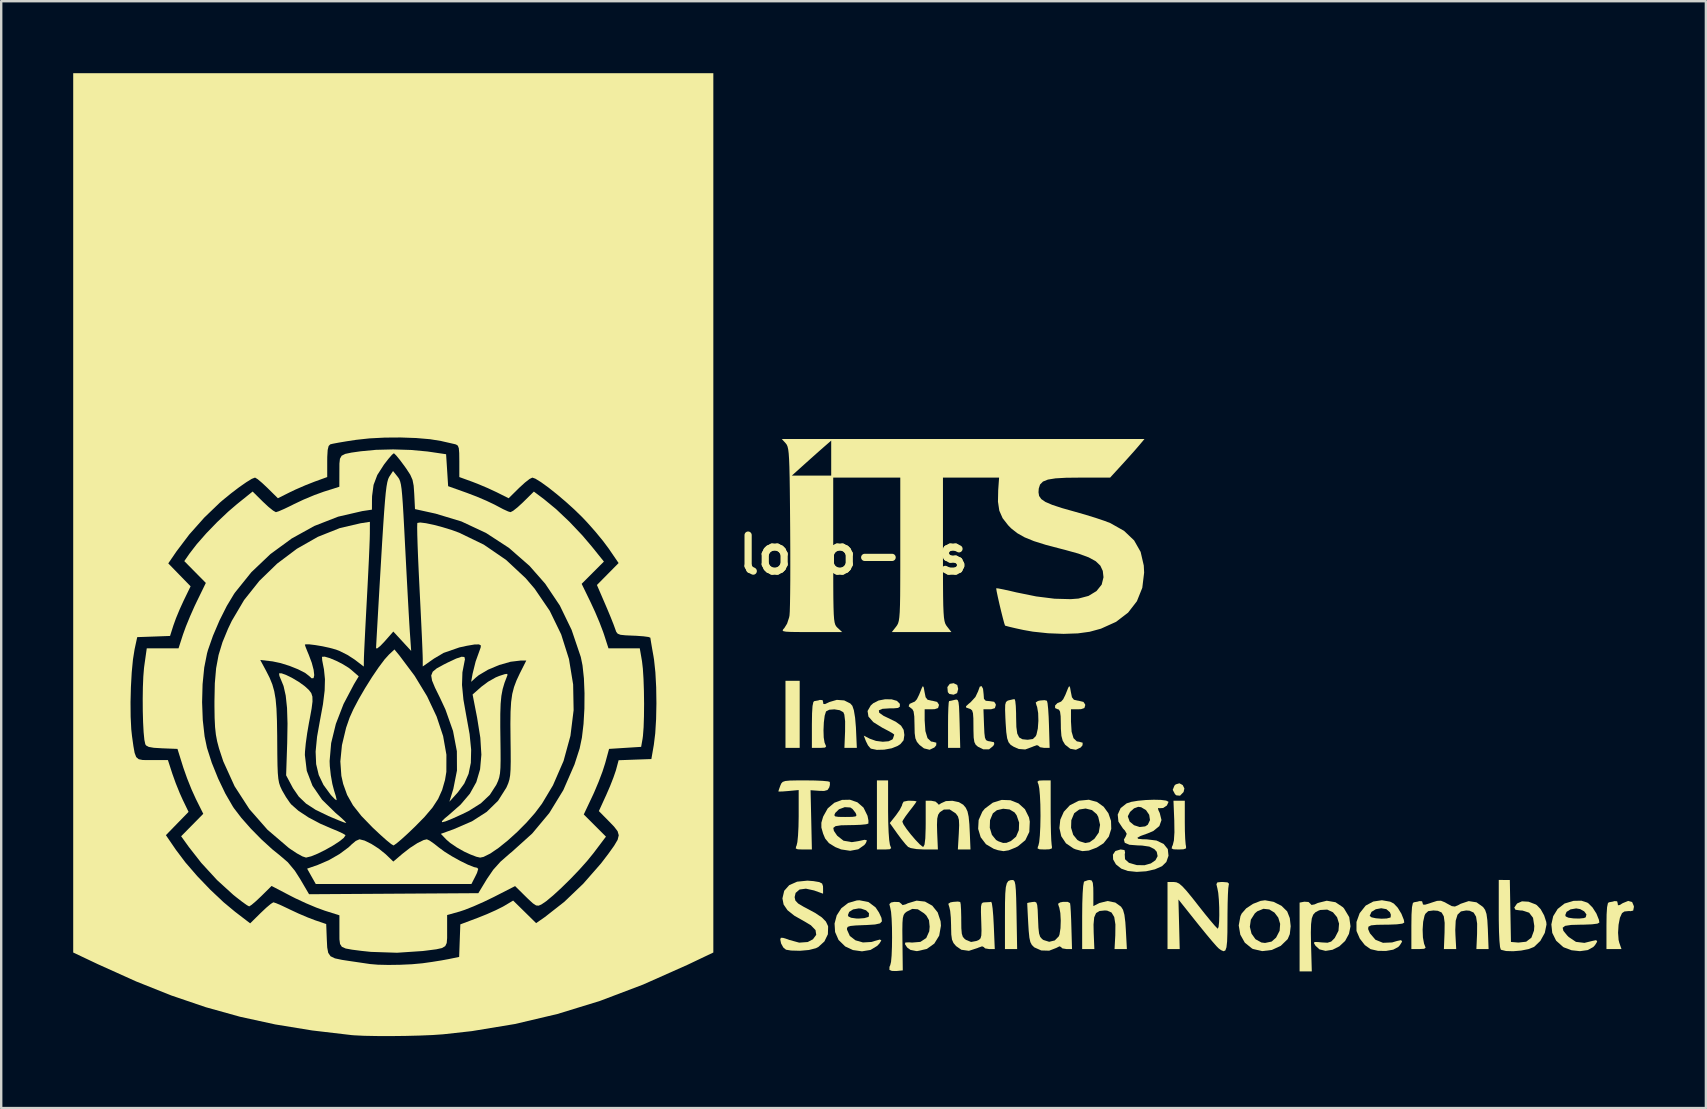
<source format=kicad_pcb>
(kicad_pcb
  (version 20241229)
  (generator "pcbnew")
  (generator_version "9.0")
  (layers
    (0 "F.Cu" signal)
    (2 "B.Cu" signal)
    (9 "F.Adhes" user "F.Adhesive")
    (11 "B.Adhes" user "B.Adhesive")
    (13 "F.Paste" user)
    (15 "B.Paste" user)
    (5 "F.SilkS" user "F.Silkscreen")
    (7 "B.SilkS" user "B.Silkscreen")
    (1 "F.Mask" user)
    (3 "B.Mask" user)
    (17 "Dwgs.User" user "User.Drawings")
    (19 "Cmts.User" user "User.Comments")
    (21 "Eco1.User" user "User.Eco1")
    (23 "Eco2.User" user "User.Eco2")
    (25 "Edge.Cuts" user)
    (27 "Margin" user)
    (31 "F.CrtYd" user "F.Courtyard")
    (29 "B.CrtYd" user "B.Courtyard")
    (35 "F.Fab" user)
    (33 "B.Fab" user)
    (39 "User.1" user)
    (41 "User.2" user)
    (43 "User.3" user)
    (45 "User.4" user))
  (footprint "logo-its"
    (layer "F.Cu")
    (at 32.512 20.066)
    (property "Reference" "logo-its" (at 0 0 0) (layer "F.SilkS") (effects (font (size 1.5 1.5) (thickness 0.3))))
    (attr board_only exclude_from_pos_files exclude_from_bom)
    (fp_poly (pts (xy -2.244 6.646) (xy -2.244 8.043) (xy -2.54 8.043) (xy -2.836 8.043) (xy -2.836 6.646) (xy -2.836 5.249) (xy -2.54 5.249) (xy -2.244 5.249)) (stroke (width 0) (type solid)) (fill yes) (layer "F.SilkS"))
    (fp_poly (pts (xy 4.321 5.422) (xy 4.36 5.588) (xy 4.314 5.762) (xy 4.169 5.827) (xy 3.991 5.796) (xy 3.928 5.721) (xy 3.909 5.511) (xy 4.01 5.375) (xy 4.169 5.349)) (stroke (width 0) (type solid)) (fill yes) (layer "F.SilkS"))
    (fp_poly (pts (xy 13.713 9.592) (xy 13.784 9.734) (xy 13.751 9.881) (xy 13.603 10.035) (xy 13.453 10.022) (xy 13.395 9.975) (xy 13.298 9.793) (xy 13.37 9.615) (xy 13.424 9.564) (xy 13.577 9.519)) (stroke (width 0) (type solid)) (fill yes) (layer "F.SilkS"))
    (fp_poly (pts (xy 1.439 10.674) (xy 1.445 11.147) (xy 1.461 11.561) (xy 1.485 11.882) (xy 1.515 12.079) (xy 1.527 12.113) (xy 1.567 12.219) (xy 1.509 12.266) (xy 1.319 12.277) (xy 1.294 12.277) (xy 0.974 12.277) (xy 0.974 10.837) (xy 0.974 9.398) (xy 1.206 9.398) (xy 1.439 9.398)) (stroke (width 0) (type solid)) (fill yes) (layer "F.SilkS"))
    (fp_poly (pts (xy 4.338 6.052) (xy 4.373 6.14) (xy 4.394 6.319) (xy 4.407 6.616) (xy 4.419 7.019) (xy 4.445 8.044) (xy 4.191 8.043) (xy 3.937 8.043) (xy 3.937 7.07) (xy 3.94 6.686) (xy 3.95 6.374) (xy 3.964 6.165) (xy 3.979 6.095) (xy 4.086 6.074) (xy 4.207 6.044) (xy 4.285 6.029)) (stroke (width 0) (type solid)) (fill yes) (layer "F.SilkS"))
    (fp_poly (pts (xy 6.674 13.562) (xy 6.714 13.622) (xy 6.742 13.75) (xy 6.762 13.97) (xy 6.776 14.305) (xy 6.787 14.777) (xy 6.791 14.986) (xy 6.816 16.426) (xy 6.562 16.425) (xy 6.308 16.425) (xy 6.308 15.05) (xy 6.31 14.511) (xy 6.321 14.119) (xy 6.344 13.85) (xy 6.386 13.682) (xy 6.449 13.59) (xy 6.541 13.554) (xy 6.621 13.548)) (stroke (width 0) (type solid)) (fill yes) (layer "F.SilkS"))
    (fp_poly (pts (xy 13.801 11.127) (xy 13.805 11.508) (xy 13.818 11.835) (xy 13.837 12.064) (xy 13.852 12.143) (xy 13.854 12.229) (xy 13.751 12.268) (xy 13.553 12.277) (xy 13.335 12.27) (xy 13.253 12.234) (xy 13.273 12.145) (xy 13.299 12.095) (xy 13.347 11.902) (xy 13.369 11.562) (xy 13.363 11.099) (xy 13.363 11.079) (xy 13.329 10.245) (xy 13.565 10.245) (xy 13.801 10.245)) (stroke (width 0) (type solid)) (fill yes) (layer "F.SilkS"))
    (fp_poly (pts (xy 8.213 10.703) (xy 8.216 11.165) (xy 8.225 11.573) (xy 8.238 11.895) (xy 8.255 12.096) (xy 8.264 12.143) (xy 8.266 12.229) (xy 8.163 12.268) (xy 7.965 12.277) (xy 7.748 12.269) (xy 7.666 12.232) (xy 7.685 12.145) (xy 7.702 12.113) (xy 7.735 11.969) (xy 7.762 11.694) (xy 7.781 11.325) (xy 7.789 10.9) (xy 7.789 10.837) (xy 7.783 10.407) (xy 7.765 10.028) (xy 7.739 9.737) (xy 7.707 9.573) (xy 7.702 9.562) (xy 7.662 9.453) (xy 7.723 9.407) (xy 7.913 9.398) (xy 8.213 9.398)) (stroke (width 0) (type solid)) (fill yes) (layer "F.SilkS"))
    (fp_poly (pts (xy 32.438 14.465) (xy 32.511 14.638) (xy 32.512 14.675) (xy 32.483 14.823) (xy 32.363 14.848) (xy 32.316 14.84) (xy 32.117 14.86) (xy 32.017 14.928) (xy 31.93 15.121) (xy 31.873 15.416) (xy 31.853 15.746) (xy 31.874 16.044) (xy 31.904 16.164) (xy 31.995 16.425) (xy 31.682 16.425) (xy 31.369 16.425) (xy 31.369 15.452) (xy 31.375 14.987) (xy 31.395 14.679) (xy 31.43 14.514) (xy 31.468 14.478) (xy 31.632 14.449) (xy 31.701 14.427) (xy 31.814 14.435) (xy 31.835 14.513) (xy 31.848 14.601) (xy 31.919 14.591) (xy 32.046 14.513) (xy 32.274 14.42)) (stroke (width 0) (type solid)) (fill yes) (layer "F.SilkS"))
    (fp_poly (pts (xy -16.213 4.257) (xy -16.19 4.355) (xy -16.205 4.424) (xy -16.296 4.894) (xy -16.313 5.421) (xy -16.254 6.036) (xy -16.138 6.688) (xy -15.997 7.469) (xy -15.932 8.12) (xy -15.945 8.665) (xy -16.04 9.126) (xy -16.218 9.528) (xy -16.483 9.892) (xy -16.512 9.924) (xy -16.838 10.287) (xy -16.674 9.75) (xy -16.523 8.987) (xy -16.527 8.185) (xy -16.687 7.34) (xy -17.004 6.443) (xy -17.233 5.952) (xy -17.438 5.536) (xy -17.561 5.239) (xy -17.596 5.029) (xy -17.534 4.871) (xy -17.368 4.732) (xy -17.091 4.58) (xy -16.907 4.487) (xy -16.555 4.322) (xy -16.329 4.246)) (stroke (width 0) (type solid)) (fill yes) (layer "F.SilkS"))
    (fp_poly (pts (xy -1.61 9.403) (xy -1.289 9.417) (xy -1.07 9.438) (xy -0.989 9.461) (xy -0.985 9.584) (xy -1.013 9.692) (xy -1.085 9.799) (xy -1.228 9.838) (xy -1.432 9.833) (xy -1.791 9.807) (xy -1.763 11.042) (xy -1.736 12.277) (xy -2.098 12.277) (xy -2.321 12.27) (xy -2.408 12.235) (xy -2.393 12.152) (xy -2.374 12.113) (xy -2.34 11.968) (xy -2.313 11.693) (xy -2.294 11.326) (xy -2.286 10.905) (xy -2.286 10.874) (xy -2.286 9.8) (xy -2.709 9.84) (xy -2.95 9.859) (xy -3.104 9.863) (xy -3.133 9.857) (xy -3.106 9.769) (xy -3.05 9.615) (xy -3.009 9.522) (xy -2.95 9.46) (xy -2.842 9.423) (xy -2.653 9.405) (xy -2.351 9.399) (xy -1.997 9.398)) (stroke (width 0) (type solid)) (fill yes) (layer "F.SilkS"))
    (fp_poly (pts (xy -21.819 4.305) (xy -21.554 4.416) (xy -21.28 4.556) (xy -21.041 4.703) (xy -20.944 4.778) (xy -20.616 5.062) (xy -20.812 5.388) (xy -21.249 6.216) (xy -21.569 7.044) (xy -21.765 7.845) (xy -21.829 8.592) (xy -21.821 8.803) (xy -21.78 9.18) (xy -21.715 9.547) (xy -21.644 9.818) (xy -21.573 10.045) (xy -21.539 10.195) (xy -21.541 10.224) (xy -21.607 10.184) (xy -21.738 10.049) (xy -21.795 9.983) (xy -22.086 9.584) (xy -22.282 9.173) (xy -22.39 8.721) (xy -22.412 8.199) (xy -22.352 7.579) (xy -22.235 6.925) (xy -22.106 6.228) (xy -22.036 5.658) (xy -22.023 5.182) (xy -22.065 4.769) (xy -22.095 4.617) (xy -22.137 4.399) (xy -22.146 4.264) (xy -22.141 4.248) (xy -22.03 4.243)) (stroke (width 0) (type solid)) (fill yes) (layer "F.SilkS"))
    (fp_poly (pts (xy -17.667 11.904) (xy -17.475 12.037) (xy -17.287 12.186) (xy -17.041 12.368) (xy -16.727 12.564) (xy -16.388 12.752) (xy -16.069 12.909) (xy -15.812 13.011) (xy -15.683 13.039) (xy -15.638 13.089) (xy -15.688 13.253) (xy -15.748 13.377) (xy -15.921 13.716) (xy -19.163 13.716) (xy -22.405 13.716) (xy -22.586 13.396) (xy -22.766 13.075) (xy -22.326 12.922) (xy -21.865 12.724) (xy -21.416 12.466) (xy -21.041 12.188) (xy -20.914 12.067) (xy -20.741 11.921) (xy -20.589 11.854) (xy -20.579 11.853) (xy -20.371 11.906) (xy -20.089 12.045) (xy -19.784 12.24) (xy -19.507 12.462) (xy -19.472 12.494) (xy -19.175 12.78) (xy -18.795 12.456) (xy -18.476 12.208) (xy -18.168 12.009) (xy -17.912 11.884) (xy -17.778 11.853)) (stroke (width 0) (type solid)) (fill yes) (layer "F.SilkS"))
    (fp_poly (pts (xy 9.924 13.571) (xy 9.969 13.668) (xy 9.988 13.873) (xy 9.991 14.091) (xy 9.991 14.634) (xy 10.245 14.507) (xy 10.579 14.424) (xy 10.906 14.488) (xy 11.146 14.661) (xy 11.228 14.792) (xy 11.285 14.997) (xy 11.324 15.309) (xy 11.345 15.63) (xy 11.388 16.426) (xy 11.131 16.425) (xy 10.874 16.425) (xy 10.905 15.854) (xy 10.91 15.4) (xy 10.861 15.09) (xy 10.749 14.904) (xy 10.567 14.824) (xy 10.469 14.817) (xy 10.247 14.84) (xy 10.104 14.927) (xy 10.026 15.105) (xy 9.999 15.402) (xy 10.005 15.744) (xy 10.033 16.426) (xy 9.779 16.426) (xy 9.525 16.425) (xy 9.525 15.05) (xy 9.53 14.531) (xy 9.545 14.107) (xy 9.567 13.801) (xy 9.597 13.634) (xy 9.61 13.611) (xy 9.764 13.556) (xy 9.842 13.548)) (stroke (width 0) (type solid)) (fill yes) (layer "F.SilkS"))
    (fp_poly (pts (xy -18.921 4.194) (xy -18.287 5.041) (xy -17.768 5.894) (xy -17.371 6.737) (xy -17.1 7.553) (xy -16.963 8.327) (xy -16.965 9.043) (xy -17.021 9.38) (xy -17.141 9.797) (xy -17.307 10.168) (xy -17.543 10.53) (xy -17.873 10.919) (xy -18.271 11.324) (xy -18.575 11.615) (xy -18.842 11.857) (xy -19.045 12.027) (xy -19.158 12.105) (xy -19.168 12.107) (xy -19.262 12.052) (xy -19.451 11.899) (xy -19.706 11.673) (xy -20.003 11.395) (xy -20.033 11.367) (xy -20.506 10.879) (xy -20.854 10.438) (xy -21.099 10.005) (xy -21.264 9.545) (xy -21.34 9.207) (xy -21.382 8.609) (xy -21.315 7.928) (xy -21.142 7.205) (xy -20.995 6.781) (xy -20.838 6.432) (xy -20.615 6.009) (xy -20.349 5.552) (xy -20.064 5.097) (xy -19.784 4.685) (xy -19.533 4.351) (xy -19.352 4.152) (xy -19.128 3.943)) (stroke (width 0) (type solid)) (fill yes) (layer "F.SilkS"))
    (fp_poly (pts (xy 17.498 14.457) (xy 17.829 14.623) (xy 18.066 14.855) (xy 18.176 15.135) (xy 18.213 15.476) (xy 18.176 15.804) (xy 18.088 16.011) (xy 17.798 16.292) (xy 17.427 16.463) (xy 17.025 16.511) (xy 16.642 16.422) (xy 16.603 16.403) (xy 16.303 16.161) (xy 16.114 15.826) (xy 16.058 15.498) (xy 16.511 15.498) (xy 16.581 15.783) (xy 16.746 16.015) (xy 16.993 16.152) (xy 17.145 16.171) (xy 17.417 16.114) (xy 17.605 15.948) (xy 17.752 15.663) (xy 17.774 15.376) (xy 17.695 15.115) (xy 17.537 14.906) (xy 17.323 14.775) (xy 17.077 14.748) (xy 16.821 14.852) (xy 16.718 14.94) (xy 16.552 15.203) (xy 16.511 15.498) (xy 16.058 15.498) (xy 16.048 15.442) (xy 16.119 15.057) (xy 16.171 14.945) (xy 16.359 14.73) (xy 16.645 14.541) (xy 16.96 14.418) (xy 17.144 14.393)) (stroke (width 0) (type solid)) (fill yes) (layer "F.SilkS"))
    (fp_poly (pts (xy -14.417 5.005) (xy -14.438 5.061) (xy -14.542 5.333) (xy -14.619 5.593) (xy -14.672 5.873) (xy -14.704 6.206) (xy -14.718 6.624) (xy -14.719 7.158) (xy -14.714 7.578) (xy -14.707 8.142) (xy -14.705 8.565) (xy -14.712 8.875) (xy -14.73 9.101) (xy -14.762 9.272) (xy -14.809 9.416) (xy -14.874 9.56) (xy -14.886 9.585) (xy -15.153 9.999) (xy -15.528 10.354) (xy -16.035 10.672) (xy -16.294 10.8) (xy -16.72 10.993) (xy -17.001 11.106) (xy -17.143 11.141) (xy -17.151 11.098) (xy -17.03 10.978) (xy -16.885 10.859) (xy -16.373 10.408) (xy -15.986 9.953) (xy -15.717 9.471) (xy -15.56 8.937) (xy -15.506 8.328) (xy -15.55 7.619) (xy -15.683 6.789) (xy -15.872 5.82) (xy -15.51 5.499) (xy -15.226 5.287) (xy -14.91 5.108) (xy -14.763 5.047) (xy -14.534 4.973) (xy -14.431 4.959)) (stroke (width 0) (type solid)) (fill yes) (layer "F.SilkS"))
    (fp_poly (pts (xy 2.925 5.528) (xy 2.958 5.715) (xy 3.003 5.935) (xy 3.085 6.038) (xy 3.251 6.077) (xy 3.281 6.08) (xy 3.482 6.128) (xy 3.554 6.235) (xy 3.556 6.271) (xy 3.521 6.384) (xy 3.385 6.43) (xy 3.26 6.435) (xy 2.963 6.435) (xy 2.963 6.895) (xy 2.993 7.343) (xy 3.082 7.638) (xy 3.229 7.778) (xy 3.3 7.789) (xy 3.449 7.827) (xy 3.445 7.934) (xy 3.37 8.026) (xy 3.17 8.122) (xy 2.934 8.064) (xy 2.748 7.92) (xy 2.639 7.791) (xy 2.576 7.643) (xy 2.547 7.428) (xy 2.54 7.094) (xy 2.54 7.083) (xy 2.531 6.735) (xy 2.501 6.525) (xy 2.444 6.422) (xy 2.413 6.404) (xy 2.296 6.311) (xy 2.334 6.211) (xy 2.453 6.157) (xy 2.554 6.113) (xy 2.639 6.017) (xy 2.73 5.833) (xy 2.845 5.546) (xy 2.89 5.468)) (stroke (width 0) (type solid)) (fill yes) (layer "F.SilkS"))
    (fp_poly (pts (xy 6.539 10.225) (xy 6.873 10.357) (xy 7.14 10.598) (xy 7.309 10.938) (xy 7.343 11.114) (xy 7.323 11.545) (xy 7.157 11.889) (xy 6.847 12.146) (xy 6.747 12.197) (xy 6.465 12.311) (xy 6.249 12.346) (xy 6.02 12.307) (xy 5.845 12.251) (xy 5.518 12.058) (xy 5.297 11.767) (xy 5.192 11.418) (xy 5.194 11.372) (xy 5.676 11.372) (xy 5.764 11.665) (xy 5.939 11.881) (xy 6.038 11.937) (xy 6.23 12.004) (xy 6.37 12) (xy 6.555 11.926) (xy 6.771 11.743) (xy 6.887 11.47) (xy 6.898 11.157) (xy 6.795 10.854) (xy 6.708 10.732) (xy 6.502 10.609) (xy 6.233 10.579) (xy 5.973 10.64) (xy 5.804 10.772) (xy 5.686 11.056) (xy 5.676 11.372) (xy 5.194 11.372) (xy 5.212 11.049) (xy 5.365 10.703) (xy 5.468 10.576) (xy 5.804 10.325) (xy 6.172 10.211)) (stroke (width 0) (type solid)) (fill yes) (layer "F.SilkS"))
    (fp_poly (pts (xy 10.146 10.299) (xy 10.421 10.496) (xy 10.618 10.768) (xy 10.727 11.085) (xy 10.737 11.418) (xy 10.636 11.739) (xy 10.415 12.018) (xy 10.133 12.197) (xy 9.803 12.321) (xy 9.535 12.345) (xy 9.255 12.272) (xy 9.167 12.236) (xy 8.85 12.02) (xy 8.654 11.725) (xy 8.577 11.385) (xy 8.578 11.372) (xy 9.063 11.372) (xy 9.151 11.665) (xy 9.326 11.881) (xy 9.425 11.937) (xy 9.658 12.007) (xy 9.837 11.974) (xy 10.036 11.83) (xy 10.216 11.572) (xy 10.271 11.25) (xy 10.195 10.919) (xy 10.132 10.805) (xy 9.933 10.635) (xy 9.669 10.57) (xy 9.403 10.612) (xy 9.198 10.762) (xy 9.191 10.772) (xy 9.073 11.056) (xy 9.063 11.372) (xy 8.578 11.372) (xy 8.614 11.034) (xy 8.76 10.706) (xy 9.012 10.435) (xy 9.366 10.254) (xy 9.406 10.243) (xy 9.804 10.204)) (stroke (width 0) (type solid)) (fill yes) (layer "F.SilkS"))
    (fp_poly (pts (xy 27.112 13.547) (xy 27.343 13.547) (xy 27.366 14.838) (xy 27.39 16.129) (xy 27.702 16.155) (xy 28.024 16.119) (xy 28.241 15.952) (xy 28.35 15.655) (xy 28.363 15.465) (xy 28.31 15.123) (xy 28.146 14.91) (xy 27.869 14.82) (xy 27.785 14.817) (xy 27.578 14.788) (xy 27.528 14.699) (xy 27.633 14.544) (xy 27.654 14.522) (xy 27.849 14.437) (xy 28.12 14.452) (xy 28.414 14.563) (xy 28.466 14.594) (xy 28.628 14.764) (xy 28.773 15.024) (xy 28.861 15.297) (xy 28.871 15.404) (xy 28.8 15.751) (xy 28.615 16.085) (xy 28.359 16.331) (xy 28.347 16.338) (xy 28.121 16.427) (xy 27.814 16.488) (xy 27.483 16.516) (xy 27.187 16.507) (xy 26.986 16.458) (xy 26.966 16.445) (xy 26.935 16.339) (xy 26.91 16.084) (xy 26.892 15.702) (xy 26.883 15.214) (xy 26.882 14.965) (xy 26.882 13.546)) (stroke (width 0) (type solid)) (fill yes) (layer "F.SilkS"))
    (fp_poly (pts (xy 9.021 5.528) (xy 9.054 5.715) (xy 9.099 5.935) (xy 9.181 6.038) (xy 9.347 6.077) (xy 9.377 6.08) (xy 9.578 6.128) (xy 9.65 6.235) (xy 9.652 6.271) (xy 9.617 6.384) (xy 9.481 6.43) (xy 9.356 6.435) (xy 9.059 6.435) (xy 9.059 6.948) (xy 9.085 7.37) (xy 9.165 7.641) (xy 9.304 7.773) (xy 9.401 7.789) (xy 9.546 7.828) (xy 9.54 7.936) (xy 9.466 8.026) (xy 9.264 8.122) (xy 9.031 8.081) (xy 8.818 7.913) (xy 8.811 7.905) (xy 8.714 7.745) (xy 8.66 7.542) (xy 8.638 7.245) (xy 8.636 7.058) (xy 8.629 6.727) (xy 8.604 6.533) (xy 8.555 6.448) (xy 8.509 6.435) (xy 8.398 6.385) (xy 8.397 6.278) (xy 8.494 6.178) (xy 8.549 6.157) (xy 8.65 6.113) (xy 8.735 6.017) (xy 8.826 5.833) (xy 8.941 5.546) (xy 8.986 5.468)) (stroke (width 0) (type solid)) (fill yes) (layer "F.SilkS"))
    (fp_poly (pts (xy 5.395 5.582) (xy 5.419 5.805) (xy 5.433 6.002) (xy 5.508 6.081) (xy 5.673 6.096) (xy 5.859 6.123) (xy 5.924 6.222) (xy 5.927 6.265) (xy 5.887 6.389) (xy 5.741 6.433) (xy 5.669 6.435) (xy 5.412 6.435) (xy 5.436 7.091) (xy 5.451 7.421) (xy 5.475 7.618) (xy 5.52 7.719) (xy 5.601 7.76) (xy 5.691 7.774) (xy 5.848 7.807) (xy 5.864 7.882) (xy 5.819 7.964) (xy 5.645 8.104) (xy 5.407 8.105) (xy 5.184 7.996) (xy 5.09 7.914) (xy 5.034 7.801) (xy 5.005 7.616) (xy 4.996 7.319) (xy 4.995 7.159) (xy 4.992 6.813) (xy 4.976 6.599) (xy 4.939 6.482) (xy 4.87 6.425) (xy 4.805 6.403) (xy 4.691 6.363) (xy 4.685 6.31) (xy 4.798 6.206) (xy 4.878 6.141) (xy 5.077 5.924) (xy 5.192 5.682) (xy 5.195 5.67) (xy 5.259 5.493) (xy 5.334 5.469)) (stroke (width 0) (type solid)) (fill yes) (layer "F.SilkS"))
    (fp_poly (pts (xy -23.825 4.939) (xy -23.623 5.014) (xy -23.368 5.142) (xy -23.104 5.3) (xy -22.874 5.467) (xy -22.835 5.5) (xy -22.689 5.635) (xy -22.594 5.76) (xy -22.546 5.908) (xy -22.542 6.112) (xy -22.579 6.405) (xy -22.654 6.818) (xy -22.691 7.009) (xy -22.764 7.433) (xy -22.822 7.851) (xy -22.855 8.201) (xy -22.86 8.34) (xy -22.781 9) (xy -22.543 9.62) (xy -22.143 10.204) (xy -21.581 10.753) (xy -21.352 10.95) (xy -21.195 11.098) (xy -21.137 11.171) (xy -21.141 11.175) (xy -21.245 11.143) (xy -21.463 11.057) (xy -21.756 10.935) (xy -21.881 10.881) (xy -22.412 10.624) (xy -22.81 10.365) (xy -23.112 10.076) (xy -23.351 9.729) (xy -23.398 9.643) (xy -23.641 9.186) (xy -23.596 7.836) (xy -23.583 7.033) (xy -23.603 6.381) (xy -23.658 5.864) (xy -23.748 5.466) (xy -23.844 5.23) (xy -23.92 5.049) (xy -23.935 4.942) (xy -23.932 4.938)) (stroke (width 0) (type solid)) (fill yes) (layer "F.SilkS"))
    (fp_poly (pts (xy -0.389 6.066) (xy -0.137 6.192) (xy -0.05 6.29) (xy 0.013 6.475) (xy 0.065 6.789) (xy 0.099 7.194) (xy 0.102 7.26) (xy 0.137 8.043) (xy -0.122 8.044) (xy -0.381 8.044) (xy -0.353 7.362) (xy -0.351 6.936) (xy -0.384 6.658) (xy -0.427 6.557) (xy -0.576 6.474) (xy -0.796 6.438) (xy -1.011 6.454) (xy -1.146 6.524) (xy -1.148 6.528) (xy -1.203 6.704) (xy -1.238 6.985) (xy -1.252 7.308) (xy -1.243 7.608) (xy -1.208 7.823) (xy -1.193 7.86) (xy -1.142 7.979) (xy -1.187 8.031) (xy -1.36 8.043) (xy -1.415 8.043) (xy -1.736 8.043) (xy -1.736 7.07) (xy -1.729 6.605) (xy -1.709 6.297) (xy -1.674 6.132) (xy -1.637 6.096) (xy -1.473 6.067) (xy -1.404 6.045) (xy -1.291 6.053) (xy -1.27 6.131) (xy -1.256 6.216) (xy -1.184 6.217) (xy -1.009 6.135) (xy -1.006 6.133) (xy -0.698 6.043)) (stroke (width 0) (type solid)) (fill yes) (layer "F.SilkS"))
    (fp_poly (pts (xy -19.033 -3.301) (xy -18.976 -3.229) (xy -18.929 -3.156) (xy -18.891 -3.062) (xy -18.859 -2.931) (xy -18.831 -2.743) (xy -18.806 -2.482) (xy -18.78 -2.128) (xy -18.752 -1.664) (xy -18.72 -1.072) (xy -18.682 -0.332) (xy -18.671 -0.127) (xy -18.635 0.565) (xy -18.599 1.241) (xy -18.565 1.87) (xy -18.534 2.424) (xy -18.508 2.875) (xy -18.488 3.193) (xy -18.484 3.251) (xy -18.431 4.004) (xy -18.803 3.6) (xy -19.175 3.197) (xy -19.536 3.607) (xy -19.717 3.796) (xy -19.846 3.899) (xy -19.894 3.893) (xy -19.894 3.892) (xy -19.889 3.783) (xy -19.875 3.523) (xy -19.853 3.132) (xy -19.824 2.628) (xy -19.79 2.029) (xy -19.751 1.356) (xy -19.708 0.626) (xy -19.693 0.373) (xy -19.642 -0.492) (xy -19.597 -1.203) (xy -19.558 -1.778) (xy -19.523 -2.231) (xy -19.491 -2.579) (xy -19.459 -2.838) (xy -19.426 -3.023) (xy -19.391 -3.152) (xy -19.352 -3.239) (xy -19.341 -3.257) (xy -19.187 -3.492)) (stroke (width 0) (type solid)) (fill yes) (layer "F.SilkS"))
    (fp_poly (pts (xy 1.589 6.022) (xy 1.807 6.085) (xy 1.924 6.202) (xy 1.93 6.227) (xy 1.927 6.328) (xy 1.854 6.379) (xy 1.673 6.396) (xy 1.515 6.396) (xy 1.204 6.416) (xy 1.055 6.479) (xy 1.069 6.579) (xy 1.25 6.708) (xy 1.411 6.785) (xy 1.763 6.957) (xy 1.98 7.118) (xy 2.088 7.295) (xy 2.117 7.507) (xy 2.084 7.727) (xy 1.956 7.882) (xy 1.841 7.96) (xy 1.589 8.061) (xy 1.275 8.118) (xy 0.968 8.126) (xy 0.735 8.078) (xy 0.704 8.061) (xy 0.602 7.94) (xy 0.515 7.765) (xy 0.426 7.533) (xy 0.675 7.661) (xy 0.935 7.753) (xy 1.215 7.788) (xy 1.461 7.768) (xy 1.619 7.692) (xy 1.642 7.655) (xy 1.687 7.521) (xy 1.693 7.487) (xy 1.624 7.435) (xy 1.442 7.331) (xy 1.196 7.202) (xy 0.825 6.971) (xy 0.621 6.739) (xy 0.584 6.507) (xy 0.716 6.278) (xy 0.821 6.183) (xy 1.045 6.069) (xy 1.318 6.017)) (stroke (width 0) (type solid)) (fill yes) (layer "F.SilkS"))
    (fp_poly (pts (xy 20.079 14.474) (xy 20.39 14.683) (xy 20.435 14.733) (xy 20.652 15.095) (xy 20.705 15.478) (xy 20.641 15.792) (xy 20.481 16.087) (xy 20.24 16.312) (xy 19.956 16.455) (xy 19.667 16.501) (xy 19.411 16.438) (xy 19.246 16.287) (xy 19.182 16.177) (xy 19.207 16.131) (xy 19.351 16.133) (xy 19.498 16.148) (xy 19.746 16.162) (xy 19.901 16.113) (xy 20.036 15.978) (xy 20.052 15.958) (xy 20.204 15.664) (xy 20.228 15.367) (xy 20.145 15.099) (xy 19.974 14.893) (xy 19.735 14.781) (xy 19.446 14.797) (xy 19.372 14.824) (xy 19.242 14.893) (xy 19.151 14.992) (xy 19.092 15.149) (xy 19.062 15.391) (xy 19.053 15.743) (xy 19.061 16.233) (xy 19.064 16.333) (xy 19.092 17.357) (xy 18.838 17.357) (xy 18.584 17.357) (xy 18.584 15.923) (xy 18.584 14.49) (xy 18.782 14.452) (xy 18.956 14.464) (xy 19.022 14.526) (xy 19.081 14.588) (xy 19.209 14.564) (xy 19.344 14.504) (xy 19.716 14.412)) (stroke (width 0) (type solid)) (fill yes) (layer "F.SilkS"))
    (fp_poly (pts (xy -1.672 13.594) (xy -1.429 13.635) (xy -1.31 13.695) (xy -1.273 13.804) (xy -1.27 13.883) (xy -1.27 14.118) (xy -1.643 13.984) (xy -1.985 13.909) (xy -2.25 13.945) (xy -2.414 14.086) (xy -2.455 14.263) (xy -2.424 14.404) (xy -2.309 14.527) (xy -2.074 14.667) (xy -2.011 14.699) (xy -1.599 14.92) (xy -1.321 15.107) (xy -1.152 15.279) (xy -1.067 15.458) (xy -1.059 15.489) (xy -1.069 15.808) (xy -1.215 16.109) (xy -1.468 16.339) (xy -1.569 16.39) (xy -1.859 16.464) (xy -2.231 16.497) (xy -2.602 16.487) (xy -2.815 16.452) (xy -2.928 16.359) (xy -3.019 16.192) (xy -3.053 16.027) (xy -3.029 15.955) (xy -2.934 15.959) (xy -2.745 16.018) (xy -2.683 16.043) (xy -2.264 16.158) (xy -1.909 16.132) (xy -1.692 16.018) (xy -1.555 15.832) (xy -1.584 15.636) (xy -1.777 15.435) (xy -2.026 15.285) (xy -2.464 15.037) (xy -2.754 14.805) (xy -2.914 14.569) (xy -2.963 14.314) (xy -2.889 13.998) (xy -2.68 13.763) (xy -2.351 13.618) (xy -1.923 13.575)) (stroke (width 0) (type solid)) (fill yes) (layer "F.SilkS"))
    (fp_poly (pts (xy 6.738 6.09) (xy 6.76 6.299) (xy 6.772 6.601) (xy 6.773 6.756) (xy 6.783 7.171) (xy 6.82 7.446) (xy 6.9 7.607) (xy 7.036 7.684) (xy 7.244 7.705) (xy 7.258 7.705) (xy 7.473 7.674) (xy 7.591 7.557) (xy 7.622 7.487) (xy 7.678 7.238) (xy 7.701 6.917) (xy 7.692 6.594) (xy 7.649 6.339) (xy 7.622 6.269) (xy 7.59 6.152) (xy 7.682 6.09) (xy 7.77 6.07) (xy 7.958 6.055) (xy 8.058 6.081) (xy 8.083 6.184) (xy 8.108 6.42) (xy 8.129 6.752) (xy 8.142 7.091) (xy 8.17 8.044) (xy 7.938 8.043) (xy 7.769 8.016) (xy 7.705 7.956) (xy 7.641 7.93) (xy 7.478 7.987) (xy 7.455 7.999) (xy 7.153 8.11) (xy 6.881 8.089) (xy 6.669 7.995) (xy 6.543 7.914) (xy 6.457 7.807) (xy 6.4 7.643) (xy 6.363 7.388) (xy 6.337 7.011) (xy 6.326 6.801) (xy 6.314 6.458) (xy 6.319 6.247) (xy 6.351 6.133) (xy 6.415 6.079) (xy 6.47 6.061) (xy 6.641 6.022) (xy 6.71 6.012)) (stroke (width 0) (type solid)) (fill yes) (layer "F.SilkS"))
    (fp_poly (pts (xy 13.34 13.631) (xy 13.453 13.645) (xy 13.566 13.698) (xy 13.7 13.812) (xy 13.878 14.006) (xy 14.119 14.3) (xy 14.356 14.602) (xy 14.628 14.946) (xy 14.866 15.237) (xy 15.049 15.451) (xy 15.158 15.564) (xy 15.177 15.576) (xy 15.209 15.5) (xy 15.23 15.299) (xy 15.238 15.014) (xy 15.235 14.688) (xy 15.22 14.365) (xy 15.195 14.087) (xy 15.161 13.906) (xy 15.118 13.723) (xy 15.158 13.647) (xy 15.321 13.631) (xy 15.382 13.631) (xy 15.58 13.647) (xy 15.643 13.704) (xy 15.63 13.765) (xy 15.612 13.893) (xy 15.597 14.158) (xy 15.586 14.526) (xy 15.58 14.964) (xy 15.579 15.205) (xy 15.576 15.732) (xy 15.564 16.109) (xy 15.537 16.352) (xy 15.491 16.482) (xy 15.418 16.516) (xy 15.315 16.472) (xy 15.219 16.404) (xy 15.118 16.302) (xy 14.936 16.094) (xy 14.695 15.806) (xy 14.418 15.465) (xy 14.308 15.329) (xy 13.536 14.359) (xy 13.563 15.392) (xy 13.589 16.426) (xy 13.335 16.425) (xy 13.081 16.425) (xy 13.081 15.028) (xy 13.081 13.631)) (stroke (width 0) (type solid)) (fill yes) (layer "F.SilkS"))
    (fp_poly (pts (xy 7.616 14.488) (xy 7.652 14.591) (xy 7.672 14.796) (xy 7.685 15.136) (xy 7.687 15.177) (xy 7.703 15.54) (xy 7.729 15.773) (xy 7.775 15.915) (xy 7.851 16.005) (xy 7.908 16.047) (xy 8.151 16.123) (xy 8.384 16.066) (xy 8.55 15.897) (xy 8.581 15.818) (xy 8.622 15.556) (xy 8.633 15.236) (xy 8.616 14.927) (xy 8.572 14.696) (xy 8.553 14.651) (xy 8.52 14.54) (xy 8.604 14.483) (xy 8.731 14.458) (xy 8.923 14.458) (xy 9.021 14.512) (xy 9.021 14.513) (xy 9.036 14.631) (xy 9.052 14.88) (xy 9.067 15.219) (xy 9.076 15.515) (xy 9.102 16.426) (xy 8.869 16.425) (xy 8.7 16.397) (xy 8.636 16.336) (xy 8.579 16.311) (xy 8.448 16.378) (xy 8.151 16.493) (xy 7.82 16.484) (xy 7.53 16.354) (xy 7.524 16.348) (xy 7.43 16.256) (xy 7.367 16.136) (xy 7.326 15.951) (xy 7.297 15.663) (xy 7.278 15.354) (xy 7.259 15) (xy 7.245 14.718) (xy 7.237 14.544) (xy 7.236 14.507) (xy 7.311 14.488) (xy 7.451 14.465) (xy 7.552 14.457)) (stroke (width 0) (type solid)) (fill yes) (layer "F.SilkS"))
    (fp_poly (pts (xy 0.624 14.468) (xy 0.919 14.691) (xy 1.059 14.902) (xy 1.162 15.124) (xy 1.183 15.269) (xy 1.101 15.356) (xy 0.896 15.401) (xy 0.547 15.424) (xy 0.445 15.427) (xy 0.089 15.442) (xy -0.128 15.463) (xy -0.239 15.498) (xy -0.274 15.558) (xy -0.271 15.621) (xy -0.155 15.88) (xy 0.08 16.061) (xy 0.392 16.15) (xy 0.744 16.13) (xy 0.895 16.084) (xy 1.097 16.028) (xy 1.158 16.066) (xy 1.077 16.196) (xy 0.986 16.293) (xy 0.707 16.462) (xy 0.352 16.52) (xy -0.025 16.467) (xy -0.347 16.317) (xy -0.625 16.045) (xy -0.769 15.715) (xy -0.791 15.363) (xy -0.701 15.022) (xy -0.694 15.011) (xy -0.234 15.011) (xy -0.214 15.067) (xy -0.103 15.121) (xy 0.113 15.152) (xy 0.212 15.155) (xy 0.45 15.137) (xy 0.61 15.09) (xy 0.637 15.067) (xy 0.643 14.93) (xy 0.521 14.811) (xy 0.312 14.739) (xy 0.212 14.732) (xy -0.02 14.774) (xy -0.183 14.878) (xy -0.234 15.011) (xy -0.694 15.011) (xy -0.509 14.725) (xy -0.226 14.506) (xy 0.138 14.399) (xy 0.248 14.393)) (stroke (width 0) (type solid)) (fill yes) (layer "F.SilkS"))
    (fp_poly (pts (xy 30.565 14.488) (xy 30.612 14.516) (xy 30.789 14.693) (xy 30.952 14.949) (xy 31.056 15.209) (xy 31.073 15.322) (xy 30.992 15.366) (xy 30.764 15.395) (xy 30.41 15.409) (xy 30.311 15.409) (xy 29.901 15.42) (xy 29.649 15.458) (xy 29.544 15.536) (xy 29.574 15.665) (xy 29.728 15.854) (xy 29.796 15.924) (xy 30.099 16.126) (xy 30.451 16.168) (xy 30.771 16.089) (xy 30.942 16.053) (xy 30.983 16.115) (xy 30.892 16.262) (xy 30.819 16.341) (xy 30.586 16.468) (xy 30.264 16.513) (xy 29.913 16.475) (xy 29.592 16.354) (xy 29.565 16.338) (xy 29.272 16.076) (xy 29.111 15.751) (xy 29.073 15.4) (xy 29.15 15.055) (xy 29.179 15.009) (xy 29.653 15.009) (xy 29.673 15.067) (xy 29.783 15.118) (xy 29.992 15.148) (xy 30.23 15.155) (xy 30.427 15.135) (xy 30.505 15.102) (xy 30.535 14.982) (xy 30.442 14.855) (xy 30.27 14.759) (xy 30.106 14.732) (xy 29.871 14.773) (xy 29.706 14.876) (xy 29.653 15.009) (xy 29.179 15.009) (xy 29.336 14.754) (xy 29.622 14.529) (xy 29.994 14.417) (xy 30.323 14.41)) (stroke (width 0) (type solid)) (fill yes) (layer "F.SilkS"))
    (fp_poly (pts (xy 4.445 14.464) (xy 4.465 14.563) (xy 4.479 14.788) (xy 4.487 15.097) (xy 4.487 15.21) (xy 4.491 15.56) (xy 4.51 15.782) (xy 4.553 15.916) (xy 4.63 16.004) (xy 4.688 16.045) (xy 4.897 16.13) (xy 5.117 16.089) (xy 5.225 16.042) (xy 5.291 15.978) (xy 5.323 15.86) (xy 5.331 15.653) (xy 5.322 15.319) (xy 5.319 15.24) (xy 5.308 14.879) (xy 5.311 14.655) (xy 5.336 14.535) (xy 5.388 14.487) (xy 5.476 14.478) (xy 5.482 14.478) (xy 5.661 14.469) (xy 5.736 14.457) (xy 5.764 14.527) (xy 5.794 14.735) (xy 5.821 15.048) (xy 5.842 15.431) (xy 5.884 16.426) (xy 5.652 16.426) (xy 5.483 16.398) (xy 5.419 16.338) (xy 5.355 16.312) (xy 5.192 16.369) (xy 5.169 16.381) (xy 4.806 16.499) (xy 4.49 16.454) (xy 4.272 16.302) (xy 4.164 16.175) (xy 4.101 16.03) (xy 4.072 15.819) (xy 4.064 15.492) (xy 4.064 15.45) (xy 4.053 15.117) (xy 4.026 14.836) (xy 3.987 14.662) (xy 3.981 14.651) (xy 3.948 14.539) (xy 4.034 14.482) (xy 4.151 14.46) (xy 4.343 14.446)) (stroke (width 0) (type solid)) (fill yes) (layer "F.SilkS"))
    (fp_poly (pts (xy 2.977 14.448) (xy 3.279 14.617) (xy 3.505 14.897) (xy 3.627 15.268) (xy 3.641 15.452) (xy 3.568 15.867) (xy 3.364 16.198) (xy 3.054 16.42) (xy 2.659 16.509) (xy 2.617 16.51) (xy 2.375 16.462) (xy 2.235 16.362) (xy 2.14 16.217) (xy 2.16 16.152) (xy 2.317 16.145) (xy 2.437 16.155) (xy 2.786 16.126) (xy 3.028 15.966) (xy 3.154 15.685) (xy 3.171 15.494) (xy 3.143 15.222) (xy 3.035 15.031) (xy 2.936 14.935) (xy 2.679 14.768) (xy 2.447 14.752) (xy 2.216 14.867) (xy 2.139 14.928) (xy 2.087 15.007) (xy 2.054 15.131) (xy 2.038 15.332) (xy 2.033 15.638) (xy 2.037 16.08) (xy 2.038 16.158) (xy 2.051 17.314) (xy 1.796 17.34) (xy 1.601 17.337) (xy 1.495 17.294) (xy 1.496 17.169) (xy 1.528 17.099) (xy 1.562 16.96) (xy 1.586 16.694) (xy 1.6 16.341) (xy 1.605 15.941) (xy 1.601 15.537) (xy 1.587 15.169) (xy 1.563 14.877) (xy 1.529 14.704) (xy 1.492 14.554) (xy 1.562 14.486) (xy 1.696 14.46) (xy 1.9 14.467) (xy 1.983 14.532) (xy 2.044 14.594) (xy 2.176 14.56) (xy 2.261 14.518) (xy 2.628 14.408)) (stroke (width 0) (type solid)) (fill yes) (layer "F.SilkS"))
    (fp_poly (pts (xy 22.357 14.451) (xy 22.511 14.531) (xy 22.674 14.704) (xy 22.827 14.956) (xy 22.927 15.209) (xy 22.945 15.322) (xy 22.864 15.366) (xy 22.636 15.395) (xy 22.282 15.409) (xy 22.183 15.409) (xy 21.8 15.415) (xy 21.563 15.438) (xy 21.451 15.494) (xy 21.439 15.593) (xy 21.505 15.748) (xy 21.519 15.775) (xy 21.745 16.038) (xy 22.058 16.165) (xy 22.438 16.15) (xy 22.643 16.089) (xy 22.814 16.053) (xy 22.855 16.115) (xy 22.764 16.262) (xy 22.691 16.341) (xy 22.486 16.45) (xy 22.184 16.504) (xy 21.85 16.5) (xy 21.548 16.431) (xy 21.538 16.427) (xy 21.302 16.26) (xy 21.093 15.991) (xy 20.961 15.687) (xy 20.954 15.66) (xy 20.954 15.297) (xy 21.045 15.045) (xy 21.505 15.045) (xy 21.58 15.103) (xy 21.763 15.143) (xy 21.994 15.161) (xy 22.213 15.152) (xy 22.361 15.114) (xy 22.377 15.102) (xy 22.386 14.994) (xy 22.346 14.89) (xy 22.199 14.763) (xy 21.984 14.725) (xy 21.759 14.766) (xy 21.58 14.875) (xy 21.505 15.041) (xy 21.505 15.045) (xy 21.045 15.045) (xy 21.086 14.931) (xy 21.329 14.625) (xy 21.348 14.608) (xy 21.654 14.445) (xy 22.013 14.391)) (stroke (width 0) (type solid)) (fill yes) (layer "F.SilkS"))
    (fp_poly (pts (xy 0.16 10.311) (xy 0.415 10.532) (xy 0.58 10.869) (xy 0.582 10.875) (xy 0.621 11.074) (xy 0.618 11.196) (xy 0.618 11.197) (xy 0.523 11.226) (xy 0.3 11.248) (xy -0.009 11.26) (xy -0.132 11.261) (xy -0.517 11.269) (xy -0.749 11.304) (xy -0.844 11.378) (xy -0.818 11.504) (xy -0.687 11.695) (xy -0.679 11.705) (xy -0.417 11.911) (xy -0.072 11.971) (xy 0.23 11.922) (xy 0.466 11.872) (xy 0.557 11.898) (xy 0.513 12.009) (xy 0.447 12.093) (xy 0.195 12.269) (xy -0.141 12.331) (xy -0.519 12.274) (xy -0.762 12.176) (xy -1.025 12.012) (xy -1.183 11.819) (xy -1.267 11.62) (xy -1.34 11.365) (xy -1.341 11.162) (xy -1.268 10.911) (xy -1.267 10.909) (xy -1.233 10.846) (xy -0.801 10.846) (xy -0.767 10.897) (xy -0.631 10.918) (xy -0.359 10.922) (xy -0.339 10.922) (xy -0.058 10.918) (xy 0.086 10.899) (xy 0.124 10.851) (xy 0.089 10.76) (xy 0.082 10.748) (xy -0.042 10.589) (xy -0.133 10.527) (xy -0.366 10.513) (xy -0.607 10.602) (xy -0.763 10.754) (xy -0.801 10.846) (xy -1.233 10.846) (xy -1.075 10.564) (xy -0.802 10.331) (xy -0.482 10.211) (xy -0.15 10.204)) (stroke (width 0) (type solid)) (fill yes) (layer "F.SilkS"))
    (fp_poly (pts (xy 24.636 14.477) (xy 24.73 14.531) (xy 24.924 14.636) (xy 25.056 14.654) (xy 25.21 14.587) (xy 25.292 14.54) (xy 25.629 14.427) (xy 25.955 14.478) (xy 26.228 14.673) (xy 26.314 14.795) (xy 26.371 14.963) (xy 26.406 15.218) (xy 26.428 15.598) (xy 26.429 15.642) (xy 26.458 16.425) (xy 26.204 16.426) (xy 25.95 16.426) (xy 25.978 15.797) (xy 25.981 15.366) (xy 25.937 15.077) (xy 25.836 14.906) (xy 25.666 14.828) (xy 25.522 14.817) (xy 25.306 14.857) (xy 25.164 14.993) (xy 25.088 15.243) (xy 25.07 15.628) (xy 25.078 15.854) (xy 25.109 16.425) (xy 24.852 16.426) (xy 24.596 16.426) (xy 24.623 15.744) (xy 24.628 15.332) (xy 24.592 15.061) (xy 24.502 14.903) (xy 24.344 14.831) (xy 24.16 14.817) (xy 23.943 14.845) (xy 23.824 14.956) (xy 23.789 15.034) (xy 23.732 15.289) (xy 23.71 15.615) (xy 23.722 15.942) (xy 23.769 16.198) (xy 23.794 16.262) (xy 23.834 16.368) (xy 23.776 16.414) (xy 23.586 16.425) (xy 23.561 16.425) (xy 23.241 16.425) (xy 23.241 15.452) (xy 23.247 14.987) (xy 23.267 14.679) (xy 23.302 14.514) (xy 23.34 14.478) (xy 23.504 14.449) (xy 23.573 14.427) (xy 23.687 14.434) (xy 23.707 14.501) (xy 23.726 14.571) (xy 23.812 14.577) (xy 24.003 14.519) (xy 24.074 14.494) (xy 24.311 14.418) (xy 24.472 14.411)) (stroke (width 0) (type solid)) (fill yes) (layer "F.SilkS"))
    (fp_poly (pts (xy 3.231 10.245) (xy 3.412 10.28) (xy 3.496 10.351) (xy 3.553 10.414) (xy 3.647 10.351) (xy 3.846 10.261) (xy 4.118 10.248) (xy 4.389 10.305) (xy 4.57 10.412) (xy 4.676 10.538) (xy 4.748 10.692) (xy 4.795 10.909) (xy 4.826 11.226) (xy 4.845 11.62) (xy 4.872 12.277) (xy 4.609 12.277) (xy 4.346 12.277) (xy 4.385 11.61) (xy 4.4 11.265) (xy 4.39 11.044) (xy 4.35 10.9) (xy 4.27 10.79) (xy 4.244 10.763) (xy 4.001 10.607) (xy 3.76 10.614) (xy 3.596 10.724) (xy 3.525 10.83) (xy 3.486 10.992) (xy 3.476 11.251) (xy 3.484 11.571) (xy 3.514 12.277) (xy 2.958 12.277) (xy 2.633 12.261) (xy 2.383 12.218) (xy 2.274 12.171) (xy 2.158 12.048) (xy 1.987 11.836) (xy 1.827 11.621) (xy 1.51 11.176) (xy 1.771 10.846) (xy 1.924 10.627) (xy 2.018 10.442) (xy 2.032 10.381) (xy 2.086 10.283) (xy 2.267 10.246) (xy 2.328 10.245) (xy 2.524 10.252) (xy 2.622 10.271) (xy 2.625 10.275) (xy 2.576 10.352) (xy 2.452 10.52) (xy 2.329 10.677) (xy 2.167 10.893) (xy 2.059 11.058) (xy 2.033 11.119) (xy 2.083 11.235) (xy 2.212 11.426) (xy 2.388 11.652) (xy 2.579 11.875) (xy 2.752 12.057) (xy 2.875 12.159) (xy 2.908 12.167) (xy 2.958 12.069) (xy 2.99 11.811) (xy 3.004 11.39) (xy 3.006 11.189) (xy 3.006 10.245)) (stroke (width 0) (type solid)) (fill yes) (layer "F.SilkS"))
    (fp_poly (pts (xy 12.806 10.211) (xy 13.024 10.239) (xy 13.122 10.289) (xy 13.123 10.298) (xy 13.054 10.445) (xy 12.899 10.548) (xy 12.753 10.557) (xy 12.684 10.549) (xy 12.698 10.631) (xy 12.757 10.757) (xy 12.83 11.05) (xy 12.741 11.301) (xy 12.494 11.504) (xy 12.256 11.606) (xy 11.959 11.713) (xy 11.826 11.787) (xy 11.855 11.831) (xy 12.047 11.851) (xy 12.209 11.853) (xy 12.622 11.904) (xy 12.921 12.046) (xy 13.093 12.262) (xy 13.122 12.538) (xy 13.032 12.797) (xy 12.853 12.972) (xy 12.557 13.103) (xy 12.189 13.185) (xy 11.797 13.21) (xy 11.429 13.172) (xy 11.157 13.076) (xy 10.932 12.897) (xy 10.815 12.69) (xy 10.807 12.491) (xy 10.908 12.341) (xy 11.121 12.277) (xy 11.138 12.277) (xy 11.289 12.301) (xy 11.313 12.408) (xy 11.299 12.473) (xy 11.311 12.683) (xy 11.474 12.832) (xy 11.791 12.925) (xy 11.802 12.927) (xy 12.12 12.933) (xy 12.388 12.857) (xy 12.579 12.724) (xy 12.669 12.554) (xy 12.632 12.372) (xy 12.532 12.261) (xy 12.326 12.157) (xy 12.015 12.112) (xy 11.841 12.107) (xy 11.494 12.08) (xy 11.3 11.998) (xy 11.264 11.864) (xy 11.34 11.733) (xy 11.381 11.624) (xy 11.306 11.489) (xy 11.222 11.399) (xy 11.036 11.116) (xy 11.015 10.907) (xy 11.43 10.907) (xy 11.504 11.114) (xy 11.687 11.266) (xy 11.921 11.341) (xy 12.151 11.315) (xy 12.26 11.244) (xy 12.351 11.051) (xy 12.318 10.833) (xy 12.186 10.638) (xy 11.983 10.516) (xy 11.862 10.499) (xy 11.686 10.563) (xy 11.519 10.713) (xy 11.432 10.883) (xy 11.43 10.907) (xy 11.015 10.907) (xy 11.006 10.823) (xy 11.127 10.554) (xy 11.377 10.356) (xy 11.569 10.293) (xy 11.85 10.246) (xy 12.177 10.216) (xy 12.51 10.204)) (stroke (width 0) (type solid)) (fill yes) (layer "F.SilkS"))
    (fp_poly (pts (xy -17.815 -1.317) (xy -17.491 -1.249) (xy -17.121 -1.151) (xy -16.741 -1.034) (xy -16.429 -0.92) (xy -15.405 -0.424) (xy -14.481 0.209) (xy -13.66 0.975) (xy -13.286 1.412) (xy -12.658 2.333) (xy -12.181 3.316) (xy -11.856 4.344) (xy -11.683 5.401) (xy -11.663 6.472) (xy -11.795 7.539) (xy -12.082 8.588) (xy -12.523 9.602) (xy -12.982 10.369) (xy -13.272 10.755) (xy -13.623 11.153) (xy -14.011 11.544) (xy -14.409 11.904) (xy -14.792 12.212) (xy -15.137 12.447) (xy -15.418 12.586) (xy -15.558 12.615) (xy -15.716 12.579) (xy -15.965 12.483) (xy -16.224 12.364) (xy -16.53 12.191) (xy -16.807 12.002) (xy -16.961 11.869) (xy -17.195 11.625) (xy -16.662 11.433) (xy -15.898 11.103) (xy -15.285 10.71) (xy -14.812 10.248) (xy -14.47 9.708) (xy -14.448 9.662) (xy -14.384 9.513) (xy -14.338 9.362) (xy -14.307 9.181) (xy -14.29 8.942) (xy -14.283 8.615) (xy -14.285 8.172) (xy -14.291 7.683) (xy -14.297 7.038) (xy -14.29 6.53) (xy -14.266 6.127) (xy -14.22 5.798) (xy -14.146 5.51) (xy -14.041 5.231) (xy -13.9 4.93) (xy -13.879 4.889) (xy -13.634 4.403) (xy -13.865 4.404) (xy -14.289 4.455) (xy -14.765 4.591) (xy -15.229 4.786) (xy -15.615 5.015) (xy -15.734 5.111) (xy -15.932 5.292) (xy -15.872 4.953) (xy -15.745 4.443) (xy -15.55 3.901) (xy -15.539 3.873) (xy -15.526 3.777) (xy -15.605 3.732) (xy -15.793 3.736) (xy -16.111 3.79) (xy -16.423 3.858) (xy -17.08 4.086) (xy -17.477 4.321) (xy -17.949 4.651) (xy -17.949 4.337) (xy -17.953 4.175) (xy -17.965 3.868) (xy -17.983 3.439) (xy -18.008 2.911) (xy -18.037 2.309) (xy -18.07 1.655) (xy -18.084 1.371) (xy -18.116 0.718) (xy -18.143 0.12) (xy -18.163 -0.401) (xy -18.176 -0.826) (xy -18.181 -1.134) (xy -18.177 -1.303) (xy -18.172 -1.329) (xy -18.055 -1.347)) (stroke (width 0) (type solid)) (fill yes) (layer "F.SilkS"))
    (fp_poly (pts (xy -20.153 -0.877) (xy -20.158 -0.657) (xy -20.172 -0.297) (xy -20.192 0.174) (xy -20.219 0.728) (xy -20.25 1.335) (xy -20.278 1.863) (xy -20.311 2.477) (xy -20.341 3.048) (xy -20.366 3.55) (xy -20.386 3.958) (xy -20.398 4.246) (xy -20.402 4.381) (xy -20.405 4.656) (xy -20.781 4.368) (xy -21.085 4.171) (xy -21.422 4.002) (xy -21.565 3.948) (xy -21.827 3.876) (xy -22.129 3.81) (xy -22.427 3.76) (xy -22.675 3.73) (xy -22.83 3.729) (xy -22.86 3.746) (xy -22.829 3.842) (xy -22.751 4.038) (xy -22.7 4.159) (xy -22.572 4.5) (xy -22.495 4.793) (xy -22.47 5.013) (xy -22.498 5.138) (xy -22.579 5.144) (xy -22.682 5.049) (xy -22.855 4.916) (xy -23.145 4.769) (xy -23.5 4.627) (xy -23.87 4.511) (xy -24.205 4.44) (xy -24.238 4.436) (xy -24.719 4.38) (xy -24.474 4.836) (xy -24.328 5.124) (xy -24.217 5.396) (xy -24.136 5.682) (xy -24.079 6.012) (xy -24.043 6.414) (xy -24.023 6.919) (xy -24.013 7.556) (xy -24.012 7.747) (xy -24.008 8.328) (xy -24.001 8.767) (xy -23.988 9.092) (xy -23.966 9.328) (xy -23.934 9.504) (xy -23.887 9.647) (xy -23.824 9.783) (xy -23.805 9.821) (xy -23.648 10.092) (xy -23.483 10.332) (xy -23.424 10.404) (xy -23.127 10.665) (xy -22.711 10.94) (xy -22.217 11.202) (xy -21.78 11.392) (xy -21.491 11.511) (xy -21.275 11.612) (xy -21.171 11.678) (xy -21.167 11.685) (xy -21.238 11.792) (xy -21.428 11.943) (xy -21.696 12.117) (xy -22.006 12.292) (xy -22.318 12.447) (xy -22.595 12.561) (xy -22.798 12.611) (xy -22.818 12.612) (xy -22.963 12.564) (xy -23.196 12.436) (xy -23.472 12.253) (xy -23.537 12.206) (xy -24.42 11.451) (xy -25.173 10.593) (xy -25.788 9.642) (xy -26.259 8.606) (xy -26.436 8.069) (xy -26.514 7.775) (xy -26.567 7.494) (xy -26.601 7.183) (xy -26.62 6.8) (xy -26.627 6.305) (xy -26.627 6.096) (xy -26.612 5.353) (xy -26.558 4.728) (xy -26.455 4.174) (xy -26.293 3.641) (xy -26.062 3.081) (xy -25.905 2.752) (xy -25.393 1.885) (xy -24.755 1.084) (xy -24.015 0.366) (xy -23.195 -0.251) (xy -22.318 -0.75) (xy -21.406 -1.113) (xy -20.535 -1.316) (xy -20.151 -1.374)) (stroke (width 0) (type solid)) (fill yes) (layer "F.SilkS"))
    (fp_poly (pts (xy 11.891 -4.551) (xy 11.722 -4.355) (xy 11.483 -4.087) (xy 11.223 -3.799) (xy 11.175 -3.747) (xy 10.69 -3.217) (xy 9.446 -3.217) (xy 8.855 -3.211) (xy 8.413 -3.186) (xy 8.098 -3.135) (xy 7.891 -3.052) (xy 7.77 -2.928) (xy 7.716 -2.758) (xy 7.706 -2.605) (xy 7.731 -2.453) (xy 7.822 -2.322) (xy 7.998 -2.201) (xy 8.281 -2.08) (xy 8.69 -1.946) (xy 9.201 -1.802) (xy 9.65 -1.674) (xy 10.084 -1.54) (xy 10.452 -1.416) (xy 10.702 -1.32) (xy 11.27 -0.999) (xy 11.689 -0.601) (xy 11.961 -0.122) (xy 12.092 0.446) (xy 12.107 0.74) (xy 12.03 1.375) (xy 11.805 1.934) (xy 11.439 2.408) (xy 10.938 2.792) (xy 10.308 3.077) (xy 9.836 3.206) (xy 9.345 3.273) (xy 8.749 3.293) (xy 8.105 3.268) (xy 7.472 3.201) (xy 7.082 3.132) (xy 6.75 3.06) (xy 6.488 2.998) (xy 6.335 2.957) (xy 6.312 2.948) (xy 6.279 2.852) (xy 6.222 2.641) (xy 6.151 2.359) (xy 6.077 2.049) (xy 6.011 1.756) (xy 5.963 1.526) (xy 5.944 1.403) (xy 5.945 1.393) (xy 6.032 1.401) (xy 6.247 1.443) (xy 6.554 1.511) (xy 6.783 1.565) (xy 7.609 1.733) (xy 8.376 1.829) (xy 9.048 1.847) (xy 9.371 1.822) (xy 9.789 1.712) (xy 10.121 1.511) (xy 10.338 1.242) (xy 10.414 0.934) (xy 10.384 0.67) (xy 10.283 0.452) (xy 10.092 0.268) (xy 9.793 0.104) (xy 9.366 -0.052) (xy 8.793 -0.211) (xy 8.659 -0.245) (xy 8.018 -0.413) (xy 7.517 -0.57) (xy 7.127 -0.729) (xy 6.821 -0.902) (xy 6.57 -1.1) (xy 6.442 -1.23) (xy 6.21 -1.528) (xy 6.073 -1.84) (xy 6.017 -2.215) (xy 6.027 -2.701) (xy 6.028 -2.712) (xy 6.064 -3.217) (xy 4.895 -3.217) (xy 3.725 -3.217) (xy 3.725 -0.223) (xy 3.726 0.569) (xy 3.727 1.209) (xy 3.731 1.715) (xy 3.738 2.106) (xy 3.75 2.397) (xy 3.766 2.608) (xy 3.789 2.756) (xy 3.818 2.858) (xy 3.856 2.932) (xy 3.901 2.994) (xy 4.076 3.217) (xy 2.836 3.217) (xy 1.596 3.217) (xy 1.772 2.994) (xy 1.818 2.93) (xy 1.856 2.854) (xy 1.885 2.751) (xy 1.907 2.601) (xy 1.924 2.388) (xy 1.935 2.093) (xy 1.942 1.698) (xy 1.945 1.187) (xy 1.947 0.542) (xy 1.947 -0.223) (xy 1.947 -3.217) (xy 0.55 -3.217) (xy -0.847 -3.217) (xy -0.847 -0.173) (xy -0.846 0.625) (xy -0.845 1.271) (xy -0.842 1.782) (xy -0.835 2.175) (xy -0.825 2.468) (xy -0.81 2.678) (xy -0.788 2.821) (xy -0.76 2.916) (xy -0.723 2.98) (xy -0.678 3.03) (xy -0.661 3.045) (xy -0.476 3.217) (xy -1.762 3.217) (xy -2.252 3.217) (xy -2.595 3.213) (xy -2.812 3.202) (xy -2.925 3.181) (xy -2.956 3.148) (xy -2.927 3.098) (xy -2.885 3.054) (xy -2.769 2.867) (xy -2.683 2.604) (xy -2.668 2.525) (xy -2.657 2.36) (xy -2.648 2.046) (xy -2.641 1.605) (xy -2.636 1.057) (xy -2.635 0.423) (xy -2.636 -0.276) (xy -2.64 -1.019) (xy -2.641 -1.155) (xy -2.648 -1.994) (xy -2.655 -2.681) (xy -2.663 -3.23) (xy -2.665 -3.302) (xy -2.569 -3.302) (xy -1.75 -3.302) (xy -0.931 -3.302) (xy -0.931 -4.03) (xy -0.931 -4.759) (xy -1.249 -4.482) (xy -1.474 -4.284) (xy -1.763 -4.027) (xy -2.056 -3.764) (xy -2.068 -3.754) (xy -2.569 -3.302) (xy -2.665 -3.302) (xy -2.673 -3.66) (xy -2.686 -3.986) (xy -2.702 -4.225) (xy -2.723 -4.394) (xy -2.749 -4.508) (xy -2.781 -4.585) (xy -2.821 -4.64) (xy -2.828 -4.648) (xy -2.99 -4.826) (xy 4.566 -4.826) (xy 12.122 -4.826)) (stroke (width 0) (type solid)) (fill yes) (layer "F.SilkS"))
    (fp_poly (pts (xy -5.842 -1.749) (xy -5.842 16.569) (xy -6.921 17.083) (xy -8.769 17.905) (xy -10.565 18.586) (xy -12.336 19.13) (xy -14.108 19.548) (xy -15.909 19.845) (xy -17.103 19.977) (xy -17.535 20.007) (xy -18.071 20.029) (xy -18.668 20.044) (xy -19.282 20.051) (xy -19.87 20.049) (xy -20.391 20.039) (xy -20.801 20.019) (xy -20.913 20.01) (xy -22.56 19.816) (xy -24.097 19.565) (xy -25.56 19.246) (xy -26.988 18.848) (xy -28.419 18.361) (xy -29.891 17.774) (xy -31.442 17.075) (xy -31.476 17.06) (xy -32.512 16.569) (xy -32.512 6.141) (xy -30.124 6.141) (xy -30.119 6.743) (xy -30.093 7.267) (xy -30.063 7.546) (xy -30.004 7.969) (xy -29.953 8.254) (xy -29.887 8.427) (xy -29.782 8.516) (xy -29.617 8.549) (xy -29.368 8.552) (xy -29.221 8.551) (xy -28.566 8.551) (xy -28.381 9.123) (xy -28.241 9.514) (xy -28.072 9.933) (xy -27.951 10.202) (xy -27.706 10.71) (xy -28.178 11.195) (xy -28.65 11.68) (xy -28.232 12.292) (xy -27.837 12.816) (xy -27.344 13.386) (xy -26.799 13.954) (xy -26.247 14.474) (xy -25.773 14.868) (xy -25.139 15.354) (xy -24.695 14.916) (xy -24.469 14.703) (xy -24.284 14.547) (xy -24.176 14.479) (xy -24.17 14.478) (xy -24.061 14.513) (xy -23.842 14.607) (xy -23.558 14.741) (xy -23.489 14.775) (xy -23.123 14.946) (xy -22.742 15.108) (xy -22.43 15.227) (xy -21.971 15.383) (xy -21.946 16.03) (xy -21.929 16.362) (xy -21.887 16.584) (xy -21.79 16.725) (xy -21.608 16.813) (xy -21.311 16.876) (xy -20.997 16.924) (xy -20.657 16.974) (xy -20.358 17.018) (xy -20.16 17.047) (xy -20.151 17.049) (xy -19.821 17.077) (xy -19.38 17.087) (xy -18.888 17.08) (xy -18.4 17.058) (xy -17.976 17.019) (xy -17.949 17.016) (xy -17.56 16.961) (xy -17.167 16.898) (xy -16.873 16.844) (xy -16.432 16.753) (xy -16.408 16.075) (xy -16.383 15.397) (xy -15.656 15.124) (xy -15.277 14.972) (xy -14.909 14.808) (xy -14.618 14.663) (xy -14.556 14.628) (xy -14.182 14.405) (xy -13.703 14.875) (xy -13.225 15.345) (xy -12.857 15.089) (xy -12.052 14.458) (xy -11.26 13.701) (xy -10.522 12.858) (xy -10.221 12.464) (xy -9.975 12.12) (xy -9.829 11.873) (xy -9.782 11.684) (xy -9.831 11.514) (xy -9.977 11.324) (xy -10.165 11.129) (xy -10.611 10.677) (xy -10.302 10.001) (xy -10.144 9.637) (xy -10.004 9.279) (xy -9.905 8.992) (xy -9.891 8.942) (xy -9.788 8.558) (xy -9.106 8.533) (xy -8.424 8.509) (xy -8.321 7.916) (xy -8.262 7.437) (xy -8.226 6.842) (xy -8.213 6.186) (xy -8.223 5.52) (xy -8.256 4.898) (xy -8.312 4.372) (xy -8.334 4.233) (xy -8.393 3.901) (xy -8.438 3.635) (xy -8.463 3.477) (xy -8.465 3.454) (xy -8.544 3.423) (xy -8.752 3.395) (xy -9.05 3.373) (xy -9.158 3.369) (xy -9.499 3.354) (xy -9.709 3.332) (xy -9.826 3.287) (xy -9.888 3.207) (xy -9.93 3.09) (xy -9.998 2.904) (xy -10.114 2.61) (xy -10.261 2.257) (xy -10.351 2.047) (xy -10.692 1.257) (xy -10.24 0.8) (xy -9.789 0.343) (xy -10.197 -0.254) (xy -10.435 -0.574) (xy -10.748 -0.955) (xy -11.087 -1.338) (xy -11.292 -1.556) (xy -11.626 -1.882) (xy -11.992 -2.213) (xy -12.364 -2.528) (xy -12.716 -2.807) (xy -13.022 -3.028) (xy -13.255 -3.172) (xy -13.382 -3.217) (xy -13.497 -3.161) (xy -13.688 -3.013) (xy -13.916 -2.805) (xy -13.935 -2.787) (xy -14.37 -2.357) (xy -14.869 -2.607) (xy -15.24 -2.78) (xy -15.657 -2.956) (xy -15.896 -3.048) (xy -16.425 -3.24) (xy -16.425 -3.904) (xy -16.429 -4.239) (xy -16.446 -4.441) (xy -16.487 -4.548) (xy -16.562 -4.597) (xy -16.616 -4.612) (xy -16.817 -4.658) (xy -17.09 -4.72) (xy -17.187 -4.743) (xy -17.645 -4.817) (xy -18.221 -4.866) (xy -18.866 -4.889) (xy -19.533 -4.884) (xy -20.171 -4.851) (xy -20.723 -4.791) (xy -21.116 -4.731) (xy -21.455 -4.674) (xy -21.699 -4.628) (xy -21.803 -4.602) (xy -21.87 -4.533) (xy -21.91 -4.37) (xy -21.927 -4.083) (xy -21.929 -3.897) (xy -21.929 -3.24) (xy -22.458 -3.048) (xy -22.841 -2.897) (xy -23.255 -2.717) (xy -23.485 -2.607) (xy -23.984 -2.357) (xy -24.419 -2.787) (xy -24.644 -2.998) (xy -24.827 -3.152) (xy -24.934 -3.217) (xy -24.938 -3.217) (xy -25.071 -3.166) (xy -25.301 -3.024) (xy -25.6 -2.816) (xy -25.936 -2.56) (xy -26.279 -2.28) (xy -26.402 -2.175) (xy -27.048 -1.554) (xy -27.676 -0.848) (xy -28.212 -0.139) (xy -28.551 0.357) (xy -28.086 0.835) (xy -27.621 1.312) (xy -27.909 1.905) (xy -28.074 2.266) (xy -28.229 2.64) (xy -28.337 2.939) (xy -28.477 3.38) (xy -29.161 3.405) (xy -29.845 3.429) (xy -29.955 3.937) (xy -30.022 4.358) (xy -30.074 4.899) (xy -30.108 5.51) (xy -30.124 6.141) (xy -32.512 6.141) (xy -32.512 -1.748) (xy -32.512 -20.066) (xy -19.177 -20.066) (xy -5.842 -20.066)) (stroke (width 0) (type solid)) (fill yes) (layer "F.SilkS"))
    (fp_poly (pts (xy -18.441 -4.369) (xy -17.759 -4.306) (xy -17.653 -4.291) (xy -16.976 -4.191) (xy -16.933 -3.525) (xy -16.891 -2.86) (xy -16.106 -2.58) (xy -15.7 -2.425) (xy -15.294 -2.252) (xy -14.956 -2.091) (xy -14.858 -2.039) (xy -14.599 -1.902) (xy -14.391 -1.807) (xy -14.291 -1.778) (xy -14.183 -1.834) (xy -13.997 -1.981) (xy -13.771 -2.189) (xy -13.753 -2.207) (xy -13.319 -2.635) (xy -12.904 -2.324) (xy -12.39 -1.901) (xy -11.84 -1.38) (xy -11.3 -0.81) (xy -10.906 -0.346) (xy -10.401 0.281) (xy -10.865 0.745) (xy -11.328 1.209) (xy -10.956 1.974) (xy -10.767 2.383) (xy -10.584 2.816) (xy -10.438 3.199) (xy -10.397 3.317) (xy -10.211 3.895) (xy -9.559 3.895) (xy -8.907 3.895) (xy -8.814 4.431) (xy -8.778 4.742) (xy -8.751 5.171) (xy -8.734 5.675) (xy -8.727 6.209) (xy -8.732 6.728) (xy -8.747 7.187) (xy -8.774 7.543) (xy -8.79 7.662) (xy -8.85 8.001) (xy -9.518 8.043) (xy -10.186 8.086) (xy -10.347 8.678) (xy -10.46 9.03) (xy -10.622 9.458) (xy -10.804 9.89) (xy -10.875 10.044) (xy -11.24 10.817) (xy -10.778 11.279) (xy -10.316 11.741) (xy -10.835 12.429) (xy -11.101 12.756) (xy -11.431 13.125) (xy -11.796 13.506) (xy -12.167 13.87) (xy -12.514 14.189) (xy -12.808 14.434) (xy -13.006 14.568) (xy -13.121 14.617) (xy -13.226 14.608) (xy -13.358 14.522) (xy -13.555 14.341) (xy -13.657 14.241) (xy -14.101 13.802) (xy -14.995 14.259) (xy -15.409 14.459) (xy -15.829 14.645) (xy -16.198 14.791) (xy -16.411 14.862) (xy -16.933 15.008) (xy -16.933 15.669) (xy -16.933 15.969) (xy -16.95 16.173) (xy -17.012 16.303) (xy -17.147 16.383) (xy -17.382 16.435) (xy -17.745 16.482) (xy -17.947 16.507) (xy -19.021 16.579) (xy -20.106 16.543) (xy -20.489 16.503) (xy -20.894 16.451) (xy -21.161 16.402) (xy -21.319 16.331) (xy -21.395 16.213) (xy -21.42 16.022) (xy -21.421 15.733) (xy -21.421 15.678) (xy -21.421 15.019) (xy -22.035 14.825) (xy -22.387 14.696) (xy -22.817 14.515) (xy -23.255 14.311) (xy -23.448 14.213) (xy -24.247 13.796) (xy -24.678 14.222) (xy -24.9 14.431) (xy -25.079 14.583) (xy -25.178 14.647) (xy -25.182 14.647) (xy -25.275 14.597) (xy -25.465 14.462) (xy -25.717 14.267) (xy -25.846 14.163) (xy -26.519 13.55) (xy -27.176 12.835) (xy -27.692 12.175) (xy -28.015 11.726) (xy -27.554 11.258) (xy -27.093 10.79) (xy -27.403 10.168) (xy -27.582 9.774) (xy -27.768 9.309) (xy -27.924 8.867) (xy -27.94 8.816) (xy -28.168 8.086) (xy -28.808 8.061) (xy -29.153 8.04) (xy -29.364 8.003) (xy -29.475 7.943) (xy -29.508 7.892) (xy -29.547 7.709) (xy -29.578 7.392) (xy -29.6 6.979) (xy -29.613 6.504) (xy -29.615 6.141) (xy -27.142 6.141) (xy -27.114 6.883) (xy -27.038 7.564) (xy -26.938 8.043) (xy -26.738 8.667) (xy -26.473 9.323) (xy -26.173 9.949) (xy -25.865 10.481) (xy -25.816 10.556) (xy -25.507 10.959) (xy -25.107 11.412) (xy -24.662 11.864) (xy -24.22 12.267) (xy -23.927 12.503) (xy -23.572 12.807) (xy -23.277 13.162) (xy -23.056 13.508) (xy -22.685 14.141) (xy -19.159 14.119) (xy -15.633 14.097) (xy -15.273 13.503) (xy -15.011 13.12) (xy -14.707 12.782) (xy -14.309 12.434) (xy -14.235 12.375) (xy -13.389 11.612) (xy -12.677 10.759) (xy -12.092 9.803) (xy -11.627 8.736) (xy -11.412 8.07) (xy -11.317 7.614) (xy -11.25 7.046) (xy -11.214 6.413) (xy -11.209 5.764) (xy -11.234 5.146) (xy -11.292 4.608) (xy -11.363 4.26) (xy -11.747 3.126) (xy -12.238 2.112) (xy -12.849 1.201) (xy -13.501 0.46) (xy -14.359 -0.29) (xy -15.313 -0.911) (xy -16.339 -1.391) (xy -17.414 -1.716) (xy -17.442 -1.722) (xy -18.272 -1.905) (xy -18.303 -2.54) (xy -18.327 -2.879) (xy -18.374 -3.121) (xy -18.468 -3.335) (xy -18.634 -3.59) (xy -18.714 -3.702) (xy -18.901 -3.953) (xy -19.055 -4.14) (xy -19.145 -4.228) (xy -19.153 -4.231) (xy -19.23 -4.169) (xy -19.374 -4.004) (xy -19.556 -3.77) (xy -19.567 -3.755) (xy -19.842 -3.326) (xy -19.998 -2.914) (xy -20.06 -2.446) (xy -20.064 -2.274) (xy -20.066 -1.882) (xy -20.468 -1.822) (xy -21.475 -1.589) (xy -22.464 -1.203) (xy -23.412 -0.678) (xy -24.296 -0.03) (xy -25.09 0.725) (xy -25.771 1.572) (xy -25.811 1.629) (xy -26.114 2.132) (xy -26.417 2.735) (xy -26.688 3.37) (xy -26.898 3.97) (xy -26.936 4.106) (xy -27.053 4.697) (xy -27.122 5.394) (xy -27.142 6.141) (xy -29.615 6.141) (xy -29.616 6.005) (xy -29.609 5.516) (xy -29.591 5.074) (xy -29.562 4.716) (xy -29.551 4.631) (xy -29.447 3.895) (xy -28.785 3.895) (xy -28.123 3.895) (xy -27.939 3.323) (xy -27.817 2.986) (xy -27.646 2.569) (xy -27.456 2.14) (xy -27.371 1.962) (xy -26.986 1.171) (xy -27.435 0.717) (xy -27.884 0.262) (xy -27.661 -0.059) (xy -27.359 -0.45) (xy -26.964 -0.899) (xy -26.515 -1.363) (xy -26.054 -1.799) (xy -25.682 -2.118) (xy -25.036 -2.637) (xy -24.602 -2.207) (xy -24.375 -1.996) (xy -24.184 -1.843) (xy -24.07 -1.778) (xy -24.065 -1.778) (xy -23.947 -1.815) (xy -23.721 -1.913) (xy -23.429 -2.053) (xy -23.32 -2.109) (xy -22.916 -2.3) (xy -22.466 -2.488) (xy -22.064 -2.634) (xy -22.05 -2.638) (xy -21.424 -2.836) (xy -21.422 -3.487) (xy -21.421 -3.797) (xy -21.399 -4.002) (xy -21.328 -4.129) (xy -21.178 -4.205) (xy -20.92 -4.259) (xy -20.532 -4.314) (xy -19.901 -4.374) (xy -19.179 -4.392)) (stroke (width 0) (type solid)) (fill yes) (layer "F.SilkS")))
  (gr_rect
    (start -3 -3)
    (end 68.024 43.117)
    (stroke (width 0.1) (type default))
    (fill no)
    (layer "Edge.Cuts")))
</source>
